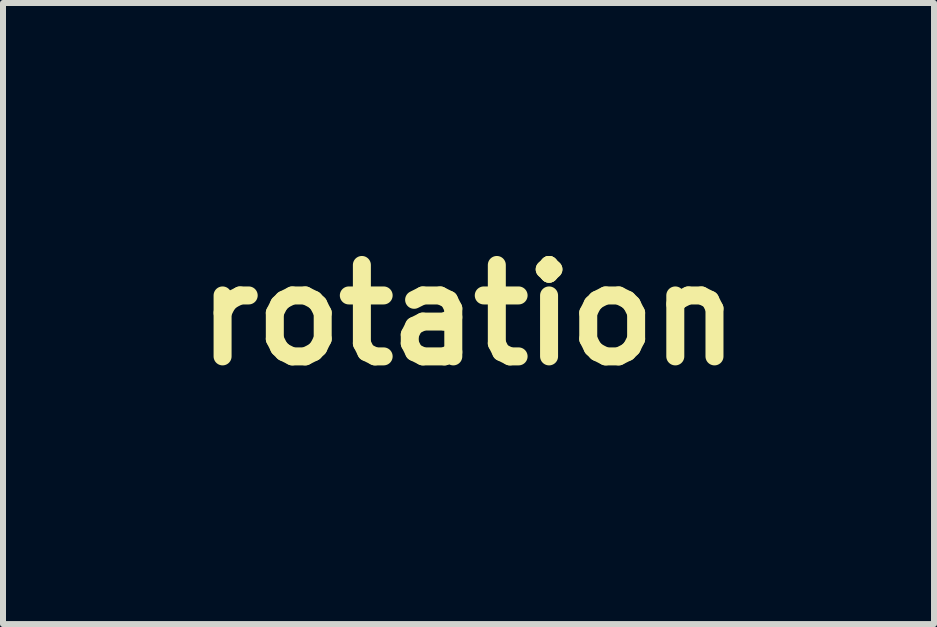
<source format=kicad_pcb>
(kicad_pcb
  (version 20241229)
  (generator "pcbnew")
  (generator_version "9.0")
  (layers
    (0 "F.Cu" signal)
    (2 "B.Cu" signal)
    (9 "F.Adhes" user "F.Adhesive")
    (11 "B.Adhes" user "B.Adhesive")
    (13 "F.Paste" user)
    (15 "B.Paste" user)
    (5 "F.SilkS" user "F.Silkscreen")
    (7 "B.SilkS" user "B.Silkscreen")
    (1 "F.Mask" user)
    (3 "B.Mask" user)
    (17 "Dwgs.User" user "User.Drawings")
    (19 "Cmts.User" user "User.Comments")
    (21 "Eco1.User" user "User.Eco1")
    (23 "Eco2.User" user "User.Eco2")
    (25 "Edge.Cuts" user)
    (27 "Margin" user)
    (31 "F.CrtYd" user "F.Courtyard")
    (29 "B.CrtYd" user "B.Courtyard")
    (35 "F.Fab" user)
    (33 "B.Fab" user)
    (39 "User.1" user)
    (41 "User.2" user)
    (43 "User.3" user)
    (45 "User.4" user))
  (footprint "rotation"
    (layer "F.Cu")
    (at 4.761 2.202)
    (property "Reference" "rotation" (at 0 0 0) (layer "F.SilkS") (effects (font (size 1.524 1.524) (thickness 0.3))))
    (attr through_hole)
    (fp_poly (pts (xy 0.902 -0.508) (xy 0.936 -0.499) (xy 0.966 -0.484) (xy 0.993 -0.461) (xy 1.014 -0.432) (xy 1.014 -0.43) (xy 1.027 -0.395) (xy 1.03 -0.358) (xy 1.025 -0.321) (xy 1.012 -0.287) (xy 0.992 -0.258) (xy 0.965 -0.236) (xy 0.932 -0.219) (xy 0.895 -0.209) (xy 0.857 -0.206) (xy 0.828 -0.21) (xy 0.791 -0.223) (xy 0.76 -0.242) (xy 0.737 -0.268) (xy 0.723 -0.292) (xy 0.714 -0.323) (xy 0.711 -0.357) (xy 0.712 -0.368) (xy 0.793 -0.368) (xy 0.793 -0.354) (xy 0.797 -0.327) (xy 0.805 -0.308) (xy 0.819 -0.292) (xy 0.833 -0.283) (xy 0.854 -0.277) (xy 0.878 -0.276) (xy 0.901 -0.281) (xy 0.914 -0.288) (xy 0.933 -0.309) (xy 0.944 -0.335) (xy 0.947 -0.358) (xy 0.943 -0.386) (xy 0.932 -0.409) (xy 0.915 -0.426) (xy 0.894 -0.437) (xy 0.871 -0.442) (xy 0.847 -0.439) (xy 0.825 -0.428) (xy 0.806 -0.409) (xy 0.803 -0.406) (xy 0.797 -0.395) (xy 0.794 -0.383) (xy 0.793 -0.368) (xy 0.712 -0.368) (xy 0.714 -0.392) (xy 0.723 -0.42) (xy 0.743 -0.451) (xy 0.769 -0.476) (xy 0.799 -0.494) (xy 0.832 -0.505) (xy 0.867 -0.51) (xy 0.902 -0.508)) (stroke (width 0.01) (type solid)) (fill no) (layer "Eco2.User"))
    (fp_poly (pts (xy -1.012 -0.469) (xy -0.997 -0.468) (xy -0.988 -0.465) (xy -0.985 -0.462) (xy -0.985 -0.456) (xy -0.984 -0.44) (xy -0.983 -0.414) (xy -0.982 -0.381) (xy -0.982 -0.339) (xy -0.981 -0.289) (xy -0.981 -0.232) (xy -0.981 -0.169) (xy -0.981 -0.1) (xy -0.981 -0.077) (xy -0.98 0.3) (xy -0.9 0.3) (xy -0.867 0.3) (xy -0.842 0.301) (xy -0.825 0.303) (xy -0.815 0.307) (xy -0.809 0.314) (xy -0.806 0.324) (xy -0.805 0.338) (xy -0.805 0.345) (xy -0.805 0.356) (xy -0.805 0.365) (xy -0.806 0.372) (xy -0.809 0.378) (xy -0.814 0.382) (xy -0.823 0.385) (xy -0.836 0.388) (xy -0.855 0.39) (xy -0.879 0.391) (xy -0.911 0.391) (xy -0.95 0.391) (xy -0.997 0.391) (xy -1.052 0.391) (xy -1.285 0.391) (xy -1.291 0.38) (xy -1.295 0.368) (xy -1.297 0.351) (xy -1.297 0.345) (xy -1.296 0.329) (xy -1.292 0.314) (xy -1.291 0.311) (xy -1.289 0.307) (xy -1.285 0.304) (xy -1.279 0.302) (xy -1.269 0.301) (xy -1.254 0.3) (xy -1.232 0.3) (xy -1.202 0.3) (xy -1.191 0.3) (xy -1.097 0.3) (xy -1.097 -0.351) (xy -1.109 -0.345) (xy -1.117 -0.34) (xy -1.132 -0.332) (xy -1.152 -0.32) (xy -1.177 -0.306) (xy -1.197 -0.294) (xy -1.229 -0.276) (xy -1.253 -0.263) (xy -1.271 -0.254) (xy -1.283 -0.25) (xy -1.291 -0.25) (xy -1.296 -0.254) (xy -1.297 -0.257) (xy -1.3 -0.272) (xy -1.301 -0.291) (xy -1.299 -0.31) (xy -1.294 -0.325) (xy -1.292 -0.329) (xy -1.285 -0.335) (xy -1.271 -0.345) (xy -1.251 -0.359) (xy -1.226 -0.375) (xy -1.199 -0.393) (xy -1.181 -0.405) (xy -1.079 -0.47) (xy -1.035 -0.47) (xy -1.012 -0.469)) (stroke (width 0.01) (type solid)) (fill no) (layer "Eco2.User"))
    (fp_poly (pts (xy 0.361 -0.474) (xy 0.409 -0.462) (xy 0.452 -0.443) (xy 0.489 -0.416) (xy 0.52 -0.381) (xy 0.545 -0.338) (xy 0.565 -0.286) (xy 0.58 -0.227) (xy 0.589 -0.158) (xy 0.593 -0.082) (xy 0.593 -0.005) (xy 0.591 0.024) (xy 0.59 0.051) (xy 0.589 0.073) (xy 0.588 0.089) (xy 0.587 0.094) (xy 0.579 0.135) (xy 0.572 0.168) (xy 0.564 0.196) (xy 0.556 0.219) (xy 0.547 0.241) (xy 0.535 0.264) (xy 0.531 0.271) (xy 0.511 0.301) (xy 0.484 0.33) (xy 0.454 0.355) (xy 0.425 0.373) (xy 0.424 0.373) (xy 0.382 0.389) (xy 0.334 0.398) (xy 0.285 0.401) (xy 0.235 0.397) (xy 0.215 0.394) (xy 0.169 0.379) (xy 0.129 0.355) (xy 0.094 0.323) (xy 0.064 0.284) (xy 0.041 0.237) (xy 0.026 0.192) (xy 0.017 0.15) (xy 0.011 0.102) (xy 0.006 0.048) (xy 0.004 -0.008) (xy 0.004 -0.065) (xy 0.004 -0.072) (xy 0.12 -0.072) (xy 0.12 0.005) (xy 0.123 0.073) (xy 0.131 0.131) (xy 0.142 0.181) (xy 0.158 0.222) (xy 0.178 0.254) (xy 0.202 0.279) (xy 0.231 0.296) (xy 0.264 0.305) (xy 0.302 0.307) (xy 0.312 0.307) (xy 0.337 0.302) (xy 0.363 0.294) (xy 0.37 0.291) (xy 0.397 0.274) (xy 0.42 0.249) (xy 0.44 0.216) (xy 0.456 0.174) (xy 0.466 0.135) (xy 0.47 0.114) (xy 0.472 0.085) (xy 0.474 0.05) (xy 0.475 0.011) (xy 0.475 -0.03) (xy 0.475 -0.073) (xy 0.474 -0.113) (xy 0.472 -0.15) (xy 0.47 -0.182) (xy 0.466 -0.206) (xy 0.466 -0.21) (xy 0.453 -0.26) (xy 0.438 -0.301) (xy 0.418 -0.333) (xy 0.395 -0.356) (xy 0.367 -0.372) (xy 0.333 -0.381) (xy 0.309 -0.383) (xy 0.274 -0.382) (xy 0.246 -0.376) (xy 0.222 -0.365) (xy 0.199 -0.347) (xy 0.193 -0.341) (xy 0.172 -0.316) (xy 0.155 -0.286) (xy 0.141 -0.251) (xy 0.131 -0.209) (xy 0.125 -0.16) (xy 0.121 -0.102) (xy 0.12 -0.072) (xy 0.004 -0.072) (xy 0.006 -0.118) (xy 0.011 -0.167) (xy 0.012 -0.179) (xy 0.026 -0.245) (xy 0.045 -0.304) (xy 0.071 -0.353) (xy 0.101 -0.395) (xy 0.138 -0.428) (xy 0.18 -0.452) (xy 0.228 -0.469) (xy 0.282 -0.477) (xy 0.307 -0.477) (xy 0.361 -0.474)) (stroke (width 0.01) (type solid)) (fill no) (layer "Eco2.User"))
    (fp_poly (pts (xy -0.315 -0.472) (xy -0.268 -0.46) (xy -0.23 -0.444) (xy -0.196 -0.423) (xy -0.169 -0.397) (xy -0.147 -0.363) (xy -0.147 -0.361) (xy -0.141 -0.349) (xy -0.138 -0.336) (xy -0.136 -0.321) (xy -0.135 -0.299) (xy -0.135 -0.282) (xy -0.135 -0.257) (xy -0.136 -0.239) (xy -0.138 -0.225) (xy -0.142 -0.213) (xy -0.148 -0.199) (xy -0.151 -0.193) (xy -0.162 -0.174) (xy -0.173 -0.156) (xy -0.182 -0.144) (xy -0.2 -0.126) (xy -0.222 -0.108) (xy -0.245 -0.09) (xy -0.266 -0.076) (xy -0.275 -0.071) (xy -0.296 -0.06) (xy -0.256 -0.037) (xy -0.209 -0.008) (xy -0.172 0.021) (xy -0.143 0.052) (xy -0.121 0.084) (xy -0.112 0.106) (xy -0.106 0.122) (xy -0.103 0.137) (xy -0.102 0.155) (xy -0.102 0.179) (xy -0.103 0.185) (xy -0.106 0.224) (xy -0.115 0.257) (xy -0.13 0.286) (xy -0.151 0.315) (xy -0.156 0.32) (xy -0.185 0.346) (xy -0.223 0.367) (xy -0.267 0.384) (xy -0.316 0.395) (xy -0.369 0.4) (xy -0.424 0.4) (xy -0.48 0.394) (xy -0.485 0.393) (xy -0.533 0.381) (xy -0.576 0.361) (xy -0.613 0.336) (xy -0.641 0.305) (xy -0.66 0.275) (xy -0.666 0.261) (xy -0.67 0.248) (xy -0.672 0.234) (xy -0.673 0.215) (xy -0.673 0.191) (xy -0.673 0.178) (xy -0.561 0.178) (xy -0.559 0.208) (xy -0.551 0.234) (xy -0.55 0.237) (xy -0.529 0.266) (xy -0.502 0.288) (xy -0.467 0.303) (xy -0.434 0.31) (xy -0.41 0.313) (xy -0.392 0.314) (xy -0.376 0.314) (xy -0.357 0.312) (xy -0.343 0.31) (xy -0.302 0.3) (xy -0.269 0.284) (xy -0.243 0.263) (xy -0.226 0.234) (xy -0.22 0.219) (xy -0.214 0.185) (xy -0.217 0.152) (xy -0.229 0.121) (xy -0.25 0.092) (xy -0.281 0.064) (xy -0.321 0.037) (xy -0.367 0.012) (xy -0.397 -0.002) (xy -0.435 0.018) (xy -0.466 0.036) (xy -0.494 0.058) (xy -0.52 0.081) (xy -0.539 0.105) (xy -0.549 0.121) (xy -0.558 0.147) (xy -0.561 0.178) (xy -0.673 0.178) (xy -0.673 0.165) (xy -0.672 0.147) (xy -0.67 0.133) (xy -0.666 0.12) (xy -0.659 0.106) (xy -0.658 0.104) (xy -0.64 0.075) (xy -0.615 0.046) (xy -0.585 0.017) (xy -0.551 -0.008) (xy -0.53 -0.02) (xy -0.512 -0.031) (xy -0.497 -0.039) (xy -0.489 -0.045) (xy -0.488 -0.047) (xy -0.492 -0.051) (xy -0.502 -0.058) (xy -0.515 -0.065) (xy -0.547 -0.087) (xy -0.577 -0.113) (xy -0.603 -0.142) (xy -0.623 -0.171) (xy -0.626 -0.177) (xy -0.64 -0.216) (xy -0.645 -0.257) (xy -0.643 -0.285) (xy -0.532 -0.285) (xy -0.532 -0.252) (xy -0.524 -0.222) (xy -0.509 -0.195) (xy -0.486 -0.169) (xy -0.454 -0.143) (xy -0.412 -0.117) (xy -0.409 -0.116) (xy -0.395 -0.108) (xy -0.384 -0.103) (xy -0.381 -0.102) (xy -0.376 -0.104) (xy -0.364 -0.11) (xy -0.353 -0.117) (xy -0.325 -0.135) (xy -0.298 -0.158) (xy -0.276 -0.182) (xy -0.259 -0.205) (xy -0.257 -0.209) (xy -0.246 -0.242) (xy -0.244 -0.276) (xy -0.25 -0.31) (xy -0.264 -0.34) (xy -0.267 -0.344) (xy -0.286 -0.361) (xy -0.313 -0.375) (xy -0.345 -0.385) (xy -0.38 -0.389) (xy -0.417 -0.387) (xy -0.424 -0.386) (xy -0.462 -0.377) (xy -0.492 -0.361) (xy -0.513 -0.339) (xy -0.527 -0.312) (xy -0.532 -0.285) (xy -0.643 -0.285) (xy -0.642 -0.3) (xy -0.632 -0.341) (xy -0.613 -0.378) (xy -0.607 -0.387) (xy -0.58 -0.416) (xy -0.545 -0.439) (xy -0.505 -0.457) (xy -0.46 -0.47) (xy -0.413 -0.476) (xy -0.364 -0.477) (xy -0.315 -0.472)) (stroke (width 0.01) (type solid)) (fill no) (layer "Eco2.User"))
    (fp_poly (pts (xy 0.108 -2.194) (xy 0.257 -2.182) (xy 0.402 -2.161) (xy 0.545 -2.13) (xy 0.685 -2.09) (xy 0.822 -2.04) (xy 0.958 -1.979) (xy 1.085 -1.914) (xy 1.108 -1.9) (xy 1.135 -1.884) (xy 1.164 -1.865) (xy 1.195 -1.846) (xy 1.225 -1.826) (xy 1.253 -1.807) (xy 1.278 -1.79) (xy 1.297 -1.777) (xy 1.309 -1.767) (xy 1.31 -1.766) (xy 1.327 -1.75) (xy 1.345 -1.77) (xy 1.353 -1.78) (xy 1.367 -1.795) (xy 1.385 -1.816) (xy 1.406 -1.841) (xy 1.43 -1.869) (xy 1.451 -1.894) (xy 1.475 -1.921) (xy 1.498 -1.947) (xy 1.518 -1.969) (xy 1.534 -1.987) (xy 1.545 -1.999) (xy 1.551 -2.004) (xy 1.567 -2.01) (xy 1.587 -2.011) (xy 1.607 -2.008) (xy 1.615 -2.004) (xy 1.627 -1.994) (xy 1.637 -1.981) (xy 1.637 -1.98) (xy 1.639 -1.973) (xy 1.642 -1.956) (xy 1.647 -1.93) (xy 1.653 -1.898) (xy 1.66 -1.858) (xy 1.668 -1.812) (xy 1.676 -1.761) (xy 1.686 -1.706) (xy 1.695 -1.647) (xy 1.705 -1.586) (xy 1.707 -1.573) (xy 1.77 -1.182) (xy 1.76 -1.164) (xy 1.757 -1.158) (xy 1.754 -1.152) (xy 1.75 -1.147) (xy 1.746 -1.143) (xy 1.74 -1.14) (xy 1.731 -1.137) (xy 1.72 -1.134) (xy 1.705 -1.132) (xy 1.685 -1.131) (xy 1.66 -1.13) (xy 1.63 -1.129) (xy 1.594 -1.128) (xy 1.55 -1.128) (xy 1.499 -1.128) (xy 1.44 -1.128) (xy 1.372 -1.128) (xy 1.306 -1.128) (xy 0.898 -1.128) (xy 0.881 -1.145) (xy 0.87 -1.158) (xy 0.865 -1.17) (xy 0.864 -1.185) (xy 0.864 -1.194) (xy 0.866 -1.203) (xy 0.869 -1.212) (xy 0.876 -1.223) (xy 0.885 -1.237) (xy 0.9 -1.254) (xy 0.919 -1.277) (xy 0.944 -1.306) (xy 0.951 -1.313) (xy 0.995 -1.364) (xy 1.032 -1.407) (xy 1.062 -1.443) (xy 1.085 -1.471) (xy 1.102 -1.491) (xy 1.112 -1.505) (xy 1.115 -1.51) (xy 1.111 -1.517) (xy 1.099 -1.527) (xy 1.08 -1.541) (xy 1.055 -1.558) (xy 1.026 -1.577) (xy 0.993 -1.597) (xy 0.958 -1.618) (xy 0.921 -1.639) (xy 0.884 -1.659) (xy 0.848 -1.678) (xy 0.846 -1.679) (xy 0.724 -1.736) (xy 0.598 -1.783) (xy 0.47 -1.821) (xy 0.34 -1.849) (xy 0.209 -1.868) (xy 0.076 -1.877) (xy -0.057 -1.877) (xy -0.189 -1.867) (xy -0.321 -1.848) (xy -0.452 -1.82) (xy -0.58 -1.782) (xy -0.707 -1.734) (xy -0.8 -1.692) (xy -0.919 -1.628) (xy -1.034 -1.556) (xy -1.143 -1.475) (xy -1.245 -1.387) (xy -1.341 -1.292) (xy -1.43 -1.19) (xy -1.51 -1.082) (xy -1.536 -1.044) (xy -1.608 -0.925) (xy -1.67 -0.803) (xy -1.723 -0.678) (xy -1.767 -0.549) (xy -1.8 -0.418) (xy -1.824 -0.286) (xy -1.839 -0.151) (xy -1.843 -0.016) (xy -1.837 0.121) (xy -1.822 0.257) (xy -1.821 0.263) (xy -1.795 0.395) (xy -1.76 0.525) (xy -1.716 0.652) (xy -1.662 0.775) (xy -1.6 0.893) (xy -1.53 1.007) (xy -1.451 1.115) (xy -1.365 1.218) (xy -1.271 1.314) (xy -1.17 1.404) (xy -1.062 1.487) (xy -1.036 1.505) (xy -0.994 1.533) (xy -0.956 1.558) (xy -0.919 1.58) (xy -0.88 1.601) (xy -0.836 1.624) (xy -0.818 1.633) (xy -0.694 1.69) (xy -0.568 1.737) (xy -0.438 1.774) (xy -0.318 1.8) (xy -0.278 1.807) (xy -0.243 1.813) (xy -0.213 1.817) (xy -0.184 1.821) (xy -0.155 1.823) (xy -0.124 1.825) (xy -0.089 1.826) (xy -0.048 1.826) (xy 0.001 1.826) (xy 0.015 1.826) (xy 0.063 1.826) (xy 0.103 1.826) (xy 0.135 1.825) (xy 0.162 1.824) (xy 0.186 1.823) (xy 0.208 1.821) (xy 0.23 1.819) (xy 0.253 1.815) (xy 0.259 1.814) (xy 0.399 1.789) (xy 0.534 1.755) (xy 0.664 1.711) (xy 0.79 1.659) (xy 0.91 1.598) (xy 1.026 1.528) (xy 1.136 1.45) (xy 1.242 1.362) (xy 1.342 1.266) (xy 1.344 1.264) (xy 1.435 1.163) (xy 1.517 1.057) (xy 1.591 0.946) (xy 1.657 0.829) (xy 1.715 0.707) (xy 1.765 0.577) (xy 1.776 0.544) (xy 1.789 0.507) (xy 1.8 0.478) (xy 1.811 0.456) (xy 1.822 0.439) (xy 1.834 0.425) (xy 1.845 0.415) (xy 1.879 0.394) (xy 1.915 0.383) (xy 1.951 0.38) (xy 1.987 0.385) (xy 2.021 0.399) (xy 2.052 0.42) (xy 2.077 0.449) (xy 2.085 0.463) (xy 2.094 0.482) (xy 2.099 0.502) (xy 2.102 0.527) (xy 2.102 0.528) (xy 2.103 0.544) (xy 2.102 0.558) (xy 2.1 0.572) (xy 2.096 0.589) (xy 2.09 0.611) (xy 2.08 0.64) (xy 2.08 0.64) (xy 2.059 0.703) (xy 2.038 0.76) (xy 2.015 0.816) (xy 1.989 0.873) (xy 1.966 0.923) (xy 1.901 1.047) (xy 1.831 1.164) (xy 1.754 1.275) (xy 1.669 1.381) (xy 1.576 1.483) (xy 1.552 1.507) (xy 1.457 1.597) (xy 1.361 1.679) (xy 1.262 1.753) (xy 1.159 1.821) (xy 1.049 1.885) (xy 0.981 1.92) (xy 0.853 1.979) (xy 0.723 2.029) (xy 0.589 2.071) (xy 0.451 2.104) (xy 0.308 2.129) (xy 0.254 2.136) (xy 0.233 2.138) (xy 0.204 2.14) (xy 0.169 2.142) (xy 0.129 2.144) (xy 0.087 2.145) (xy 0.044 2.146) (xy 0.002 2.147) (xy -0.038 2.147) (xy -0.072 2.147) (xy -0.101 2.147) (xy -0.121 2.146) (xy -0.122 2.146) (xy -0.234 2.134) (xy -0.34 2.12) (xy -0.439 2.101) (xy -0.536 2.078) (xy -0.633 2.05) (xy -0.706 2.026) (xy -0.845 1.972) (xy -0.979 1.909) (xy -1.108 1.838) (xy -1.232 1.757) (xy -1.351 1.668) (xy -1.464 1.57) (xy -1.479 1.557) (xy -1.511 1.525) (xy -1.542 1.495) (xy -1.571 1.465) (xy -1.597 1.438) (xy -1.618 1.414) (xy -1.635 1.393) (xy -1.647 1.377) (xy -1.652 1.367) (xy -1.652 1.364) (xy -1.652 1.362) (xy -1.654 1.363) (xy -1.66 1.361) (xy -1.67 1.351) (xy -1.684 1.334) (xy -1.702 1.313) (xy -1.722 1.287) (xy -1.744 1.257) (xy -1.766 1.225) (xy -1.789 1.192) (xy -1.811 1.159) (xy -1.82 1.146) (xy -1.458 1.146) (xy -1.455 1.148) (xy -1.453 1.146) (xy -1.455 1.143) (xy -1.458 1.146) (xy -1.82 1.146) (xy -1.831 1.128) (xy -1.904 1.001) (xy -1.968 0.872) (xy -2.023 0.742) (xy -2.068 0.608) (xy -2.105 0.47) (xy -2.133 0.327) (xy -2.152 0.188) (xy -2.156 0.142) (xy -2.159 0.089) (xy -2.16 0.031) (xy -2.161 -0.029) (xy -2.16 -0.089) (xy -2.158 -0.146) (xy -2.155 -0.198) (xy -2.152 -0.234) (xy -2.131 -0.385) (xy -2.1 -0.533) (xy -2.06 -0.676) (xy -2.011 -0.816) (xy -1.952 -0.952) (xy -1.884 -1.085) (xy -1.806 -1.213) (xy -1.754 -1.289) (xy -1.701 -1.361) (xy -1.645 -1.43) (xy -1.585 -1.496) (xy -1.522 -1.562) (xy -1.449 -1.633) (xy -1.377 -1.696) (xy -1.305 -1.753) (xy -1.231 -1.808) (xy -1.15 -1.86) (xy -1.102 -1.89) (xy -0.973 -1.961) (xy -0.84 -2.024) (xy -0.703 -2.076) (xy -0.563 -2.12) (xy -0.421 -2.154) (xy -0.277 -2.178) (xy -0.131 -2.192) (xy 0.016 -2.197) (xy 0.108 -2.194)) (stroke (width 0.01) (type solid)) (fill no) (layer "Eco2.User")))
  (gr_rect
    (start -3 -3)
    (end 12.521 7.354)
    (stroke (width 0.1) (type default))
    (fill no)
    (layer "Edge.Cuts")))
</source>
